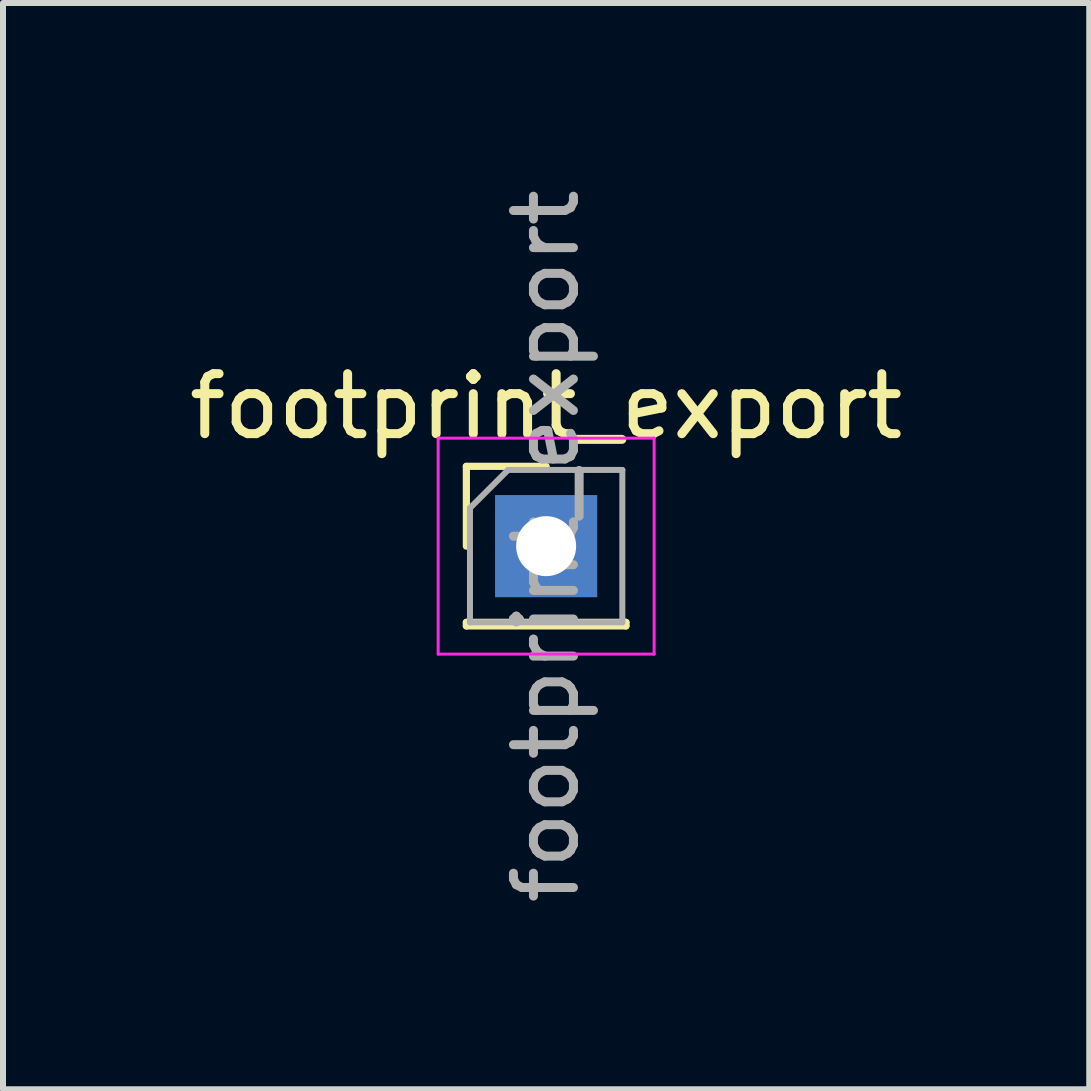
<source format=kicad_pcb>
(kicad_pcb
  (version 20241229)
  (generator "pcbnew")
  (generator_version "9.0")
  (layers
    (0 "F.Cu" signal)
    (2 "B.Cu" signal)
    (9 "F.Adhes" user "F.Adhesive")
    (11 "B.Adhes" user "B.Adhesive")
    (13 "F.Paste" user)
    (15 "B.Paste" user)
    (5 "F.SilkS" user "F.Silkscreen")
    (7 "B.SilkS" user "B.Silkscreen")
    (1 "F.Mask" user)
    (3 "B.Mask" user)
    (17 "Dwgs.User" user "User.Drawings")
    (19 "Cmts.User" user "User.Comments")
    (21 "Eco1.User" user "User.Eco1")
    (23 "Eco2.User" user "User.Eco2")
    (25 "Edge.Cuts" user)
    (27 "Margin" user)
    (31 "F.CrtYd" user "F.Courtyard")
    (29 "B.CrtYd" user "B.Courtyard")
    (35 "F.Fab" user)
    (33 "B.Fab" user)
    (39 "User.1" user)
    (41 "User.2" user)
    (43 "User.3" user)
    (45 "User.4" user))
  (footprint "footprint_export"
    (layer "F.Cu")
    (at 6.054 6.054)
    (property "Reference" "footprint_export" (at 0 -2.33 0) (layer "F.SilkS") (effects (font (size 1 1) (thickness 0.15))))
    (attr through_hole)
    (fp_line (start -1.33 -1.33) (end 0 -1.33) (stroke (width 0.12) (type solid)) (layer "F.SilkS"))
    (fp_line (start -1.33 0) (end -1.33 -1.33) (stroke (width 0.12) (type solid)) (layer "F.SilkS"))
    (fp_line (start -1.33 1.27) (end -1.33 1.33) (stroke (width 0.12) (type solid)) (layer "F.SilkS"))
    (fp_line (start -1.33 1.27) (end 1.33 1.27) (stroke (width 0.12) (type solid)) (layer "F.SilkS"))
    (fp_line (start -1.33 1.33) (end 1.33 1.33) (stroke (width 0.12) (type solid)) (layer "F.SilkS"))
    (fp_line (start 1.33 1.27) (end 1.33 1.33) (stroke (width 0.12) (type solid)) (layer "F.SilkS"))
    (fp_line (start -1.8 -1.8) (end -1.8 1.8) (stroke (width 0.05) (type solid)) (layer "F.CrtYd"))
    (fp_line (start -1.8 1.8) (end 1.8 1.8) (stroke (width 0.05) (type solid)) (layer "F.CrtYd"))
    (fp_line (start 1.8 -1.8) (end -1.8 -1.8) (stroke (width 0.05) (type solid)) (layer "F.CrtYd"))
    (fp_line (start 1.8 1.8) (end 1.8 -1.8) (stroke (width 0.05) (type solid)) (layer "F.CrtYd"))
    (fp_line (start -1.27 -0.635) (end -0.635 -1.27) (stroke (width 0.1) (type solid)) (layer "F.Fab"))
    (fp_line (start -1.27 1.27) (end -1.27 -0.635) (stroke (width 0.1) (type solid)) (layer "F.Fab"))
    (fp_line (start -0.635 -1.27) (end 1.27 -1.27) (stroke (width 0.1) (type solid)) (layer "F.Fab"))
    (fp_line (start 1.27 -1.27) (end 1.27 1.27) (stroke (width 0.1) (type solid)) (layer "F.Fab"))
    (fp_line (start 1.27 1.27) (end -1.27 1.27) (stroke (width 0.1) (type solid)) (layer "F.Fab"))
    (fp_text user "${REFERENCE}" (at 0 0 90) (layer "F.Fab") (effects (font (size 1 1) (thickness 0.15))))
    (pad "1" thru_hole rect (at 0 0) (size 1.7 1.7) (drill 1) (layers "*.Cu" "*.Mask")))
  (gr_rect
    (start -3 -3)
    (end 15.107 15.107)
    (stroke (width 0.1) (type default))
    (fill no)
    (layer "Edge.Cuts")))
</source>
